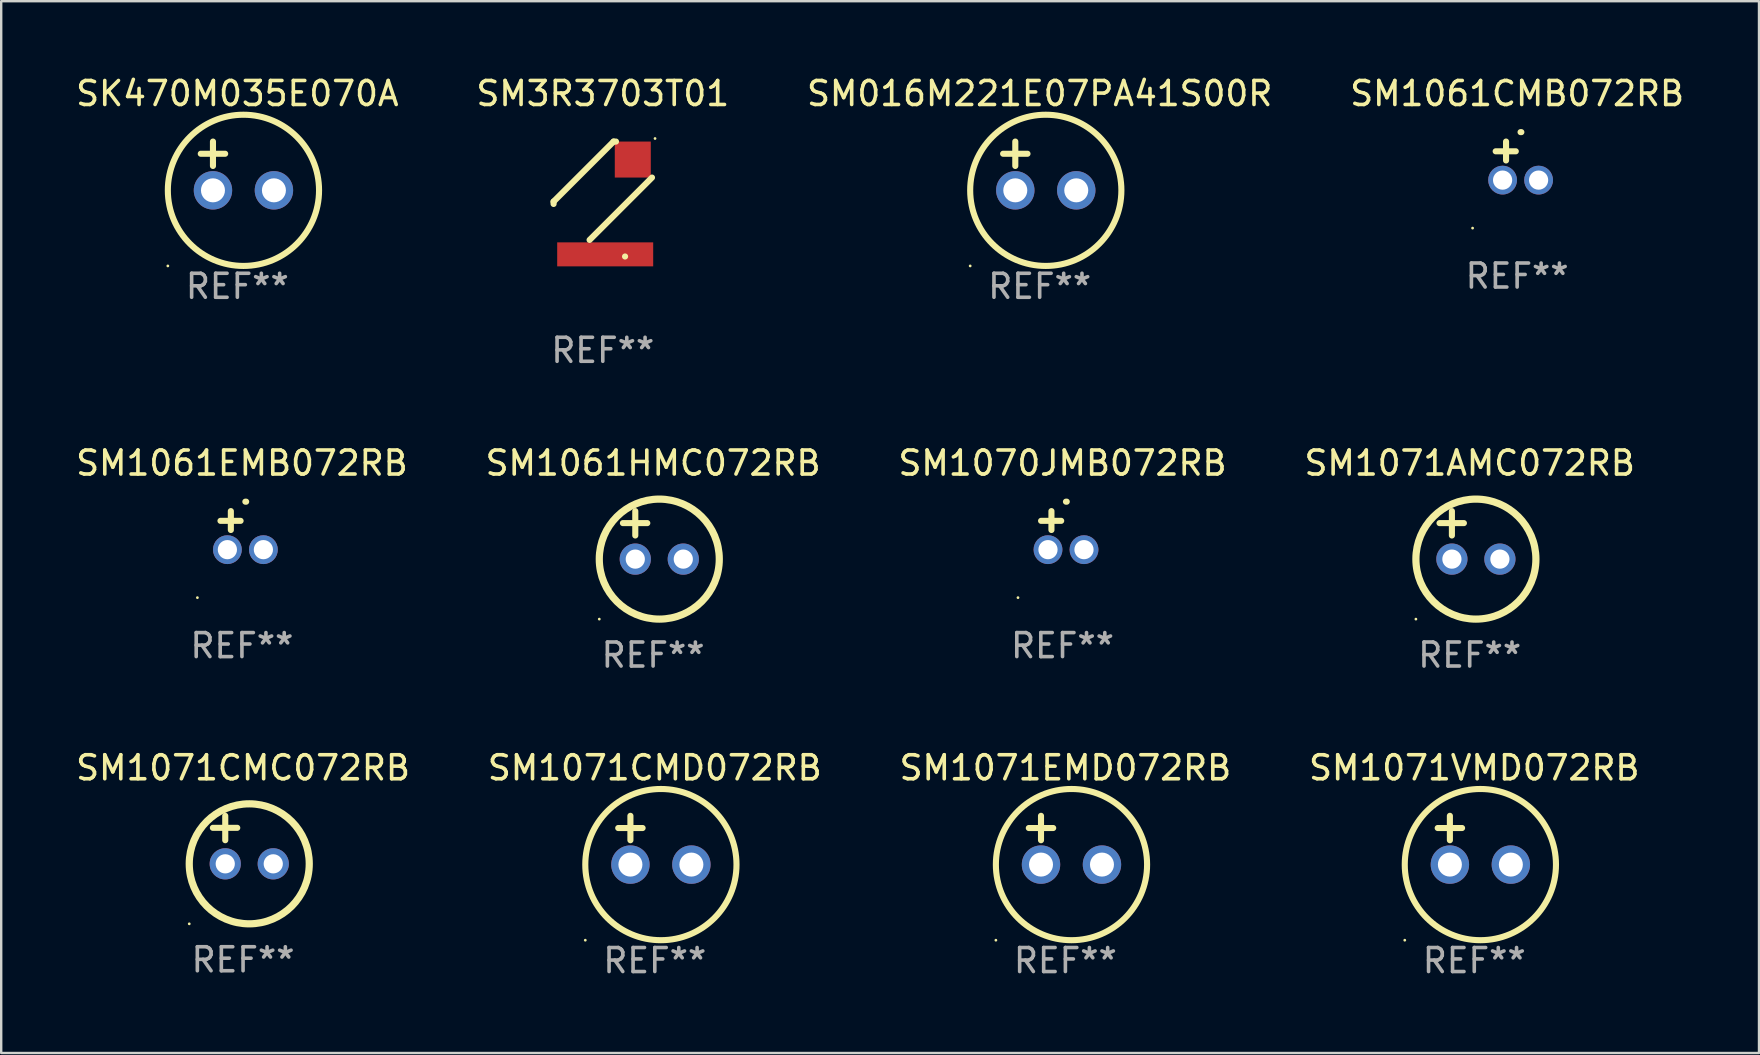
<source format=kicad_pcb>
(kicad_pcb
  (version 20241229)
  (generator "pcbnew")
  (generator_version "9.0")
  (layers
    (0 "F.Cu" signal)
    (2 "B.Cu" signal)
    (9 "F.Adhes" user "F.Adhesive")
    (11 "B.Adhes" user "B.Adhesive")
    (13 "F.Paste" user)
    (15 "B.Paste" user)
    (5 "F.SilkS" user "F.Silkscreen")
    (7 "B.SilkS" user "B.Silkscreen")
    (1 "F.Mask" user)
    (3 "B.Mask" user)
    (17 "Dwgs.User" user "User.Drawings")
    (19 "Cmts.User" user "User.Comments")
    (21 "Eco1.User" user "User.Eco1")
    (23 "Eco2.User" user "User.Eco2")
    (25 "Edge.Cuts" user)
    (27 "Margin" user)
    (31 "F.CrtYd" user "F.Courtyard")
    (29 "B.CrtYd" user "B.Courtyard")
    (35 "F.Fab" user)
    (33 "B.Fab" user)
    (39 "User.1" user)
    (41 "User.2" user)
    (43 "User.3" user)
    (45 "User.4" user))
  (footprint "SM1071CMC072RB"
    (layer "F.Cu")
    (at 7.077 31.941)
    (property "Reference" "SM1071CMC072RB" (at 0 -3 0) (layer "F.SilkS") (effects (font (size 1 1) (thickness 0.15))))
    (attr through_hole)
    (fp_line (start -1.258 -0.5) (end -0.242 -0.5) (stroke (width 0.254) (type solid)) (layer "F.SilkS"))
    (fp_line (start -0.742 -1) (end -0.742 0.016) (stroke (width 0.254) (type solid)) (layer "F.SilkS"))
    (fp_circle (center -2.242 3.5) (end -2.212 3.5) (stroke (width 0.06) (type solid)) (fill no) (layer "F.SilkS"))
    (fp_circle (center 0.258 1) (end 2.758 1) (stroke (width 0.3) (type solid)) (fill no) (layer "F.SilkS"))
    (fp_text user "REF**" (at 0 5 0) (layer "F.Fab") (effects (font (size 1 1) (thickness 0.15))))
    (pad "1" thru_hole circle (at -0.742 1) (size 1.3 1.3) (drill 0.8) (layers "*.Cu" "*.Mask"))
    (pad "2" thru_hole circle (at 1.258 1) (size 1.3 1.3) (drill 0.8) (layers "*.Cu" "*.Mask")))
  (footprint "SM1061CMB072RB"
    (layer "F.Cu")
    (at 60.161 3.651)
    (property "Reference" "SM1061CMB072RB" (at 0 -2.803 0) (layer "F.SilkS") (effects (font (size 1 1) (thickness 0.15))))
    (attr through_hole)
    (fp_line (start -0.462 -0.016) (end -0.462 -0.803) (stroke (width 0.254) (type solid)) (layer "F.SilkS"))
    (fp_line (start -0.056 -0.397) (end -0.894 -0.397) (stroke (width 0.254) (type solid)) (layer "F.SilkS"))
    (fp_arc (start 0.142799 -1.195784) (mid 0.159309 -1.195852) (end 0.175819 -1.195784) (stroke (width 0.254001) (type solid)) (layer "F.SilkS"))
    (fp_circle (center -1.856 2.803) (end -1.826 2.803) (stroke (width 0.06) (type solid)) (fill no) (layer "F.SilkS"))
    (fp_text user "REF**" (at 0 4.803 0) (layer "F.Fab") (effects (font (size 1 1) (thickness 0.15))))
    (pad "1" thru_hole circle (at -0.606 0.803) (size 1.2 1.2) (drill 0.8) (layers "*.Cu" "*.Mask"))
    (pad "2" thru_hole circle (at 0.894 0.803) (size 1.2 1.2) (drill 0.8) (layers "*.Cu" "*.Mask")))
  (footprint "SM3R3703T01"
    (layer "F.Cu")
    (at 22.065 5.198)
    (property "Reference" "SM3R3703T01" (at 0 -4.35 0) (layer "F.SilkS") (effects (font (size 1 1) (thickness 0.15))))
    (attr through_hole)
    (fp_line (start -2.05 0.25) (end -2.05 0.15) (stroke (width 0.254) (type solid)) (layer "F.SilkS"))
    (fp_line (start 0.45 -2.35) (end -2.05 0.15) (stroke (width 0.254) (type solid)) (layer "F.SilkS"))
    (fp_line (start 0.45 -2.35) (end 0.55 -2.35) (stroke (width 0.254) (type solid)) (layer "F.SilkS"))
    (fp_line (start 2.05 -0.85) (end -0.55 1.749) (stroke (width 0.254) (type solid)) (layer "F.SilkS"))
    (fp_arc (start 0.926936 2.439611) (mid 0.927876 2.438874) (end 0.928816 2.438138) (stroke (width 0.254001) (type solid)) (layer "F.SilkS"))
    (fp_circle (center 2.177 -2.477) (end 2.207 -2.477) (stroke (width 0.06) (type solid)) (fill no) (layer "F.SilkS"))
    (fp_text user "REF**" (at 0 6.35 0) (layer "F.Fab") (effects (font (size 1 1) (thickness 0.15))))
    (pad "1" smd rect (at 1.25 -1.6) (size 1.5 1.5) (layers "F.Cu" "F.Mask" "F.Paste"))
    (pad "2" smd rect (at 0.1 2.35) (size 4 1) (layers "F.Cu" "F.Mask" "F.Paste")))
  (footprint "SM1061EMB072RB"
    (layer "F.Cu")
    (at 7.03 19.048)
    (property "Reference" "SM1061EMB072RB" (at 0 -2.803 0) (layer "F.SilkS") (effects (font (size 1 1) (thickness 0.15))))
    (attr through_hole)
    (fp_line (start -0.462 -0.016) (end -0.462 -0.803) (stroke (width 0.254) (type solid)) (layer "F.SilkS"))
    (fp_line (start -0.056 -0.397) (end -0.894 -0.397) (stroke (width 0.254) (type solid)) (layer "F.SilkS"))
    (fp_arc (start 0.142799 -1.195784) (mid 0.159309 -1.195852) (end 0.175819 -1.195784) (stroke (width 0.254001) (type solid)) (layer "F.SilkS"))
    (fp_circle (center -1.856 2.803) (end -1.826 2.803) (stroke (width 0.06) (type solid)) (fill no) (layer "F.SilkS"))
    (fp_text user "REF**" (at 0 4.803 0) (layer "F.Fab") (effects (font (size 1 1) (thickness 0.15))))
    (pad "1" thru_hole circle (at -0.606 0.803) (size 1.2 1.2) (drill 0.8) (layers "*.Cu" "*.Mask"))
    (pad "2" thru_hole circle (at 0.894 0.803) (size 1.2 1.2) (drill 0.8) (layers "*.Cu" "*.Mask")))
  (footprint "SM1070JMB072RB"
    (layer "F.Cu")
    (at 41.22 19.048)
    (property "Reference" "SM1070JMB072RB" (at 0 -2.803 0) (layer "F.SilkS") (effects (font (size 1 1) (thickness 0.15))))
    (attr through_hole)
    (fp_line (start -0.462 -0.016) (end -0.462 -0.803) (stroke (width 0.254) (type solid)) (layer "F.SilkS"))
    (fp_line (start -0.056 -0.397) (end -0.894 -0.397) (stroke (width 0.254) (type solid)) (layer "F.SilkS"))
    (fp_arc (start 0.142799 -1.195784) (mid 0.159309 -1.195852) (end 0.175819 -1.195784) (stroke (width 0.254001) (type solid)) (layer "F.SilkS"))
    (fp_circle (center -1.856 2.803) (end -1.826 2.803) (stroke (width 0.06) (type solid)) (fill no) (layer "F.SilkS"))
    (fp_text user "REF**" (at 0 4.803 0) (layer "F.Fab") (effects (font (size 1 1) (thickness 0.15))))
    (pad "1" thru_hole circle (at -0.606 0.803) (size 1.2 1.2) (drill 0.8) (layers "*.Cu" "*.Mask"))
    (pad "2" thru_hole circle (at 0.894 0.803) (size 1.2 1.2) (drill 0.8) (layers "*.Cu" "*.Mask")))
  (footprint "SM1071VMD072RB"
    (layer "F.Cu")
    (at 58.375 31.957)
    (property "Reference" "SM1071VMD072RB" (at 0 -3.016 0) (layer "F.SilkS") (effects (font (size 1 1) (thickness 0.15))))
    (attr through_hole)
    (fp_line (start -1.524 -0.508) (end -0.508 -0.508) (stroke (width 0.254) (type solid)) (layer "F.SilkS"))
    (fp_line (start -1.016 -1.016) (end -1.016 0) (stroke (width 0.254) (type solid)) (layer "F.SilkS"))
    (fp_circle (center -2.896 4.166) (end -2.866 4.166) (stroke (width 0.06) (type solid)) (fill no) (layer "F.SilkS"))
    (fp_circle (center 0.254 1.016) (end 3.404 1.016) (stroke (width 0.254) (type solid)) (fill no) (layer "F.SilkS"))
    (fp_text user "REF**" (at 0 5.016 0) (layer "F.Fab") (effects (font (size 1 1) (thickness 0.15))))
    (pad "1" thru_hole circle (at -1.016 1.016) (size 1.6 1.6) (drill 1) (layers "*.Cu" "*.Mask"))
    (pad "2" thru_hole circle (at 1.524 1.016) (size 1.6 1.6) (drill 1) (layers "*.Cu" "*.Mask")))
  (footprint "SM1071AMC072RB"
    (layer "F.Cu")
    (at 58.185 19.245)
    (property "Reference" "SM1071AMC072RB" (at 0 -3 0) (layer "F.SilkS") (effects (font (size 1 1) (thickness 0.15))))
    (attr through_hole)
    (fp_line (start -1.258 -0.5) (end -0.242 -0.5) (stroke (width 0.254) (type solid)) (layer "F.SilkS"))
    (fp_line (start -0.742 -1) (end -0.742 0.016) (stroke (width 0.254) (type solid)) (layer "F.SilkS"))
    (fp_circle (center -2.242 3.5) (end -2.212 3.5) (stroke (width 0.06) (type solid)) (fill no) (layer "F.SilkS"))
    (fp_circle (center 0.258 1) (end 2.758 1) (stroke (width 0.3) (type solid)) (fill no) (layer "F.SilkS"))
    (fp_text user "REF**" (at 0 5 0) (layer "F.Fab") (effects (font (size 1 1) (thickness 0.15))))
    (pad "1" thru_hole circle (at -0.742 1) (size 1.3 1.3) (drill 0.8) (layers "*.Cu" "*.Mask"))
    (pad "2" thru_hole circle (at 1.258 1) (size 1.3 1.3) (drill 0.8) (layers "*.Cu" "*.Mask")))
  (footprint "SM1061HMC072RB"
    (layer "F.Cu")
    (at 24.161 19.245)
    (property "Reference" "SM1061HMC072RB" (at 0 -3 0) (layer "F.SilkS") (effects (font (size 1 1) (thickness 0.15))))
    (attr through_hole)
    (fp_line (start -1.258 -0.5) (end -0.242 -0.5) (stroke (width 0.254) (type solid)) (layer "F.SilkS"))
    (fp_line (start -0.742 -1) (end -0.742 0.016) (stroke (width 0.254) (type solid)) (layer "F.SilkS"))
    (fp_circle (center -2.242 3.5) (end -2.212 3.5) (stroke (width 0.06) (type solid)) (fill no) (layer "F.SilkS"))
    (fp_circle (center 0.258 1) (end 2.758 1) (stroke (width 0.3) (type solid)) (fill no) (layer "F.SilkS"))
    (fp_text user "REF**" (at 0 5 0) (layer "F.Fab") (effects (font (size 1 1) (thickness 0.15))))
    (pad "1" thru_hole circle (at -0.742 1) (size 1.3 1.3) (drill 0.8) (layers "*.Cu" "*.Mask"))
    (pad "2" thru_hole circle (at 1.258 1) (size 1.3 1.3) (drill 0.8) (layers "*.Cu" "*.Mask")))
  (footprint "SM1071EMD072RB"
    (layer "F.Cu")
    (at 41.339 31.957)
    (property "Reference" "SM1071EMD072RB" (at 0 -3.016 0) (layer "F.SilkS") (effects (font (size 1 1) (thickness 0.15))))
    (attr through_hole)
    (fp_line (start -1.524 -0.508) (end -0.508 -0.508) (stroke (width 0.254) (type solid)) (layer "F.SilkS"))
    (fp_line (start -1.016 -1.016) (end -1.016 0) (stroke (width 0.254) (type solid)) (layer "F.SilkS"))
    (fp_circle (center -2.896 4.166) (end -2.866 4.166) (stroke (width 0.06) (type solid)) (fill no) (layer "F.SilkS"))
    (fp_circle (center 0.254 1.016) (end 3.404 1.016) (stroke (width 0.254) (type solid)) (fill no) (layer "F.SilkS"))
    (fp_text user "REF**" (at 0 5.016 0) (layer "F.Fab") (effects (font (size 1 1) (thickness 0.15))))
    (pad "1" thru_hole circle (at -1.016 1.016) (size 1.6 1.6) (drill 1) (layers "*.Cu" "*.Mask"))
    (pad "2" thru_hole circle (at 1.524 1.016) (size 1.6 1.6) (drill 1) (layers "*.Cu" "*.Mask")))
  (footprint "SM016M221E07PA41S00R"
    (layer "F.Cu")
    (at 40.268 3.864)
    (property "Reference" "SM016M221E07PA41S00R" (at 0 -3.016 0) (layer "F.SilkS") (effects (font (size 1 1) (thickness 0.15))))
    (attr through_hole)
    (fp_line (start -1.524 -0.508) (end -0.508 -0.508) (stroke (width 0.254) (type solid)) (layer "F.SilkS"))
    (fp_line (start -1.016 -1.016) (end -1.016 0) (stroke (width 0.254) (type solid)) (layer "F.SilkS"))
    (fp_circle (center -2.896 4.166) (end -2.866 4.166) (stroke (width 0.06) (type solid)) (fill no) (layer "F.SilkS"))
    (fp_circle (center 0.254 1.016) (end 3.404 1.016) (stroke (width 0.254) (type solid)) (fill no) (layer "F.SilkS"))
    (fp_text user "REF**" (at 0 5.016 0) (layer "F.Fab") (effects (font (size 1 1) (thickness 0.15))))
    (pad "1" thru_hole circle (at -1.016 1.016) (size 1.6 1.6) (drill 1) (layers "*.Cu" "*.Mask"))
    (pad "2" thru_hole circle (at 1.524 1.016) (size 1.6 1.6) (drill 1) (layers "*.Cu" "*.Mask")))
  (footprint "SK470M035E070A"
    (layer "F.Cu")
    (at 6.839 3.864)
    (property "Reference" "SK470M035E070A" (at 0 -3.016 0) (layer "F.SilkS") (effects (font (size 1 1) (thickness 0.15))))
    (attr through_hole)
    (fp_line (start -1.524 -0.508) (end -0.508 -0.508) (stroke (width 0.254) (type solid)) (layer "F.SilkS"))
    (fp_line (start -1.016 -1.016) (end -1.016 0) (stroke (width 0.254) (type solid)) (layer "F.SilkS"))
    (fp_circle (center -2.896 4.166) (end -2.866 4.166) (stroke (width 0.06) (type solid)) (fill no) (layer "F.SilkS"))
    (fp_circle (center 0.254 1.016) (end 3.404 1.016) (stroke (width 0.254) (type solid)) (fill no) (layer "F.SilkS"))
    (fp_text user "REF**" (at 0 5.016 0) (layer "F.Fab") (effects (font (size 1 1) (thickness 0.15))))
    (pad "1" thru_hole circle (at -1.016 1.016) (size 1.6 1.6) (drill 1) (layers "*.Cu" "*.Mask"))
    (pad "2" thru_hole circle (at 1.524 1.016) (size 1.6 1.6) (drill 1) (layers "*.Cu" "*.Mask")))
  (footprint "SM1071CMD072RB"
    (layer "F.Cu")
    (at 24.232 31.957)
    (property "Reference" "SM1071CMD072RB" (at 0 -3.016 0) (layer "F.SilkS") (effects (font (size 1 1) (thickness 0.15))))
    (attr through_hole)
    (fp_line (start -1.524 -0.508) (end -0.508 -0.508) (stroke (width 0.254) (type solid)) (layer "F.SilkS"))
    (fp_line (start -1.016 -1.016) (end -1.016 0) (stroke (width 0.254) (type solid)) (layer "F.SilkS"))
    (fp_circle (center -2.896 4.166) (end -2.866 4.166) (stroke (width 0.06) (type solid)) (fill no) (layer "F.SilkS"))
    (fp_circle (center 0.254 1.016) (end 3.404 1.016) (stroke (width 0.254) (type solid)) (fill no) (layer "F.SilkS"))
    (fp_text user "REF**" (at 0 5.016 0) (layer "F.Fab") (effects (font (size 1 1) (thickness 0.15))))
    (pad "1" thru_hole circle (at -1.016 1.016) (size 1.6 1.6) (drill 1) (layers "*.Cu" "*.Mask"))
    (pad "2" thru_hole circle (at 1.524 1.016) (size 1.6 1.6) (drill 1) (layers "*.Cu" "*.Mask")))
  (gr_rect
    (start -3 -3)
    (end 70.238 40.822)
    (stroke (width 0.1) (type default))
    (fill no)
    (layer "Edge.Cuts")))
</source>
